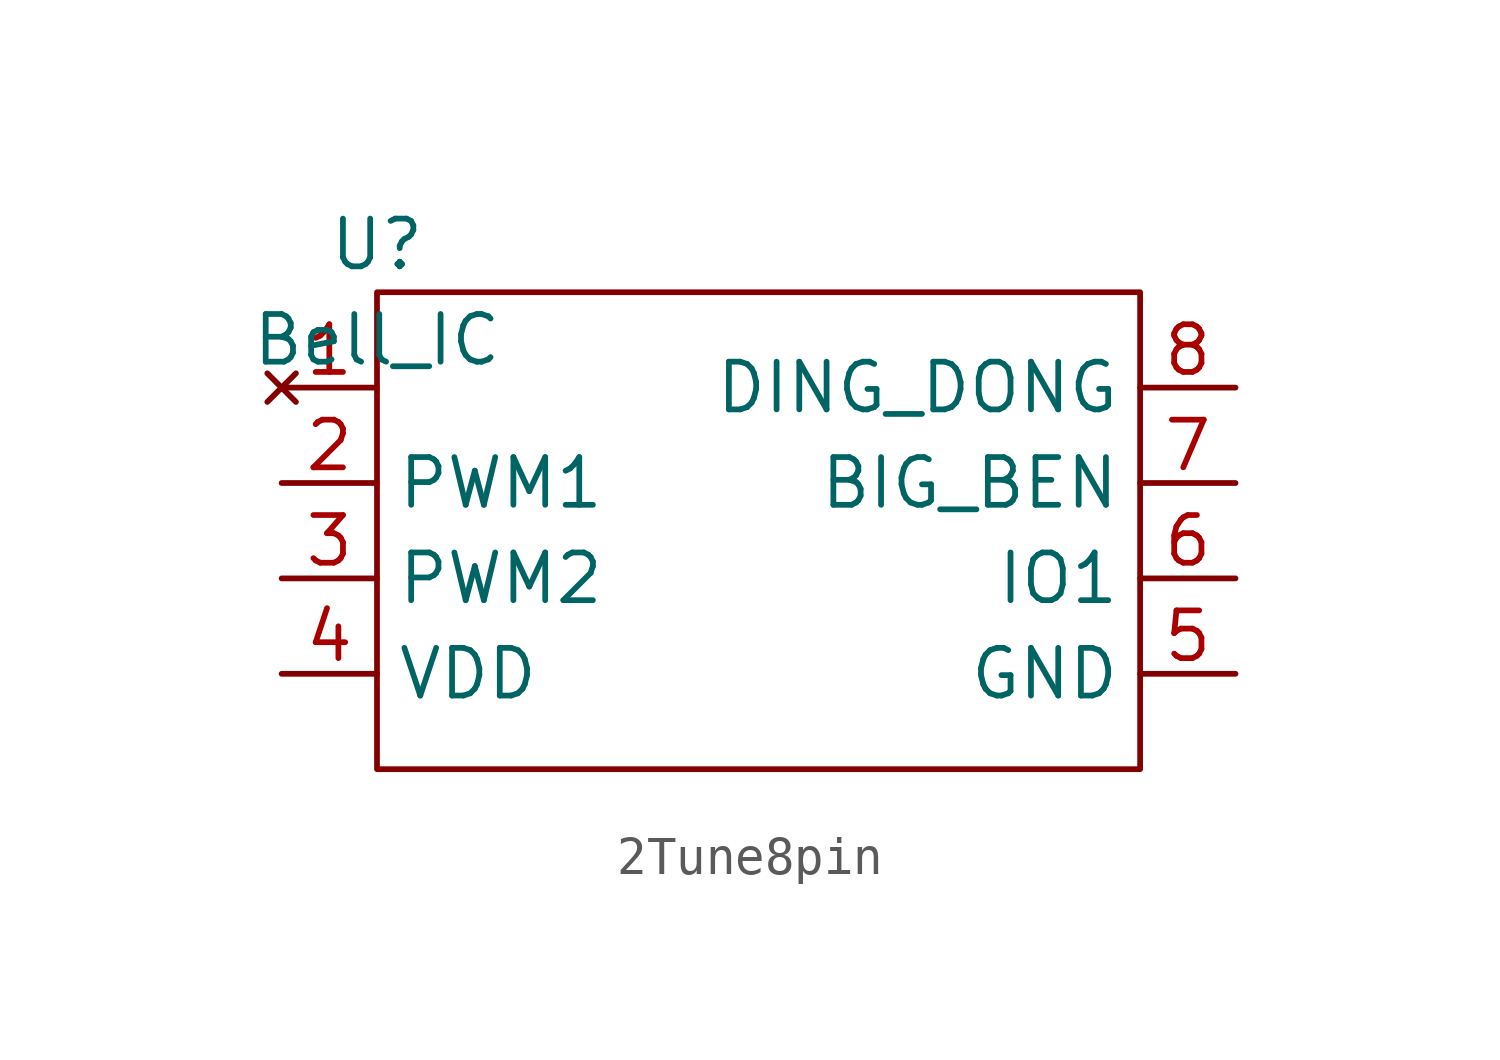
<source format=kicad_sym>
(kicad_symbol_lib
  (version 20220914)
  (generator kicad_symbol_editor)
  (symbol "2Tune8pin"
    (property "Reference" "U"
      (at 0 1.27 0)
      (effects (font (size 1.27 1.27))))
    (property "Value" "Bell_IC"
      (at 0 -1.27 0)
      (effects (font (size 1.27 1.27))))
    (symbol "2Tune8pin_0_1"
      (rectangle (start 0 0) (end 20.32 -12.7) (stroke (width 0) (type default)) (fill (type none))))
    (symbol "2Tune8pin_1_1"
      (pin no_connect line (at -2.54 -2.54 0) (length 2.54) (name "" (effects (font (size 1.27 1.27)))) (number "1" (effects (font (size 1.27 1.27)))))
      (pin output line (at -2.54 -5.08 0) (length 2.54) (name "PWM1" (effects (font (size 1.27 1.27)))) (number "2" (effects (font (size 1.27 1.27)))))
      (pin output line (at -2.54 -7.62 0) (length 2.54) (name "PWM2" (effects (font (size 1.27 1.27)))) (number "3" (effects (font (size 1.27 1.27)))))
      (pin output line (at -2.54 -10.16 0) (length 2.54) (name "VDD" (effects (font (size 1.27 1.27)))) (number "4" (effects (font (size 1.27 1.27)))))
      (pin output line (at 22.86 -10.16 180) (length 2.54) (name "GND" (effects (font (size 1.27 1.27)))) (number "5" (effects (font (size 1.27 1.27)))))
      (pin bidirectional line (at 22.86 -7.62 180) (length 2.54) (name "IO1" (effects (font (size 1.27 1.27)))) (number "6" (effects (font (size 1.27 1.27)))))
      (pin input line (at 22.86 -5.08 180) (length 2.54) (name "BIG_BEN" (effects (font (size 1.27 1.27)))) (number "7" (effects (font (size 1.27 1.27)))))
      (pin input line (at 22.86 -2.54 180) (length 2.54) (name "DING_DONG" (effects (font (size 1.27 1.27)))) (number "8" (effects (font (size 1.27 1.27))))))))
</source>
